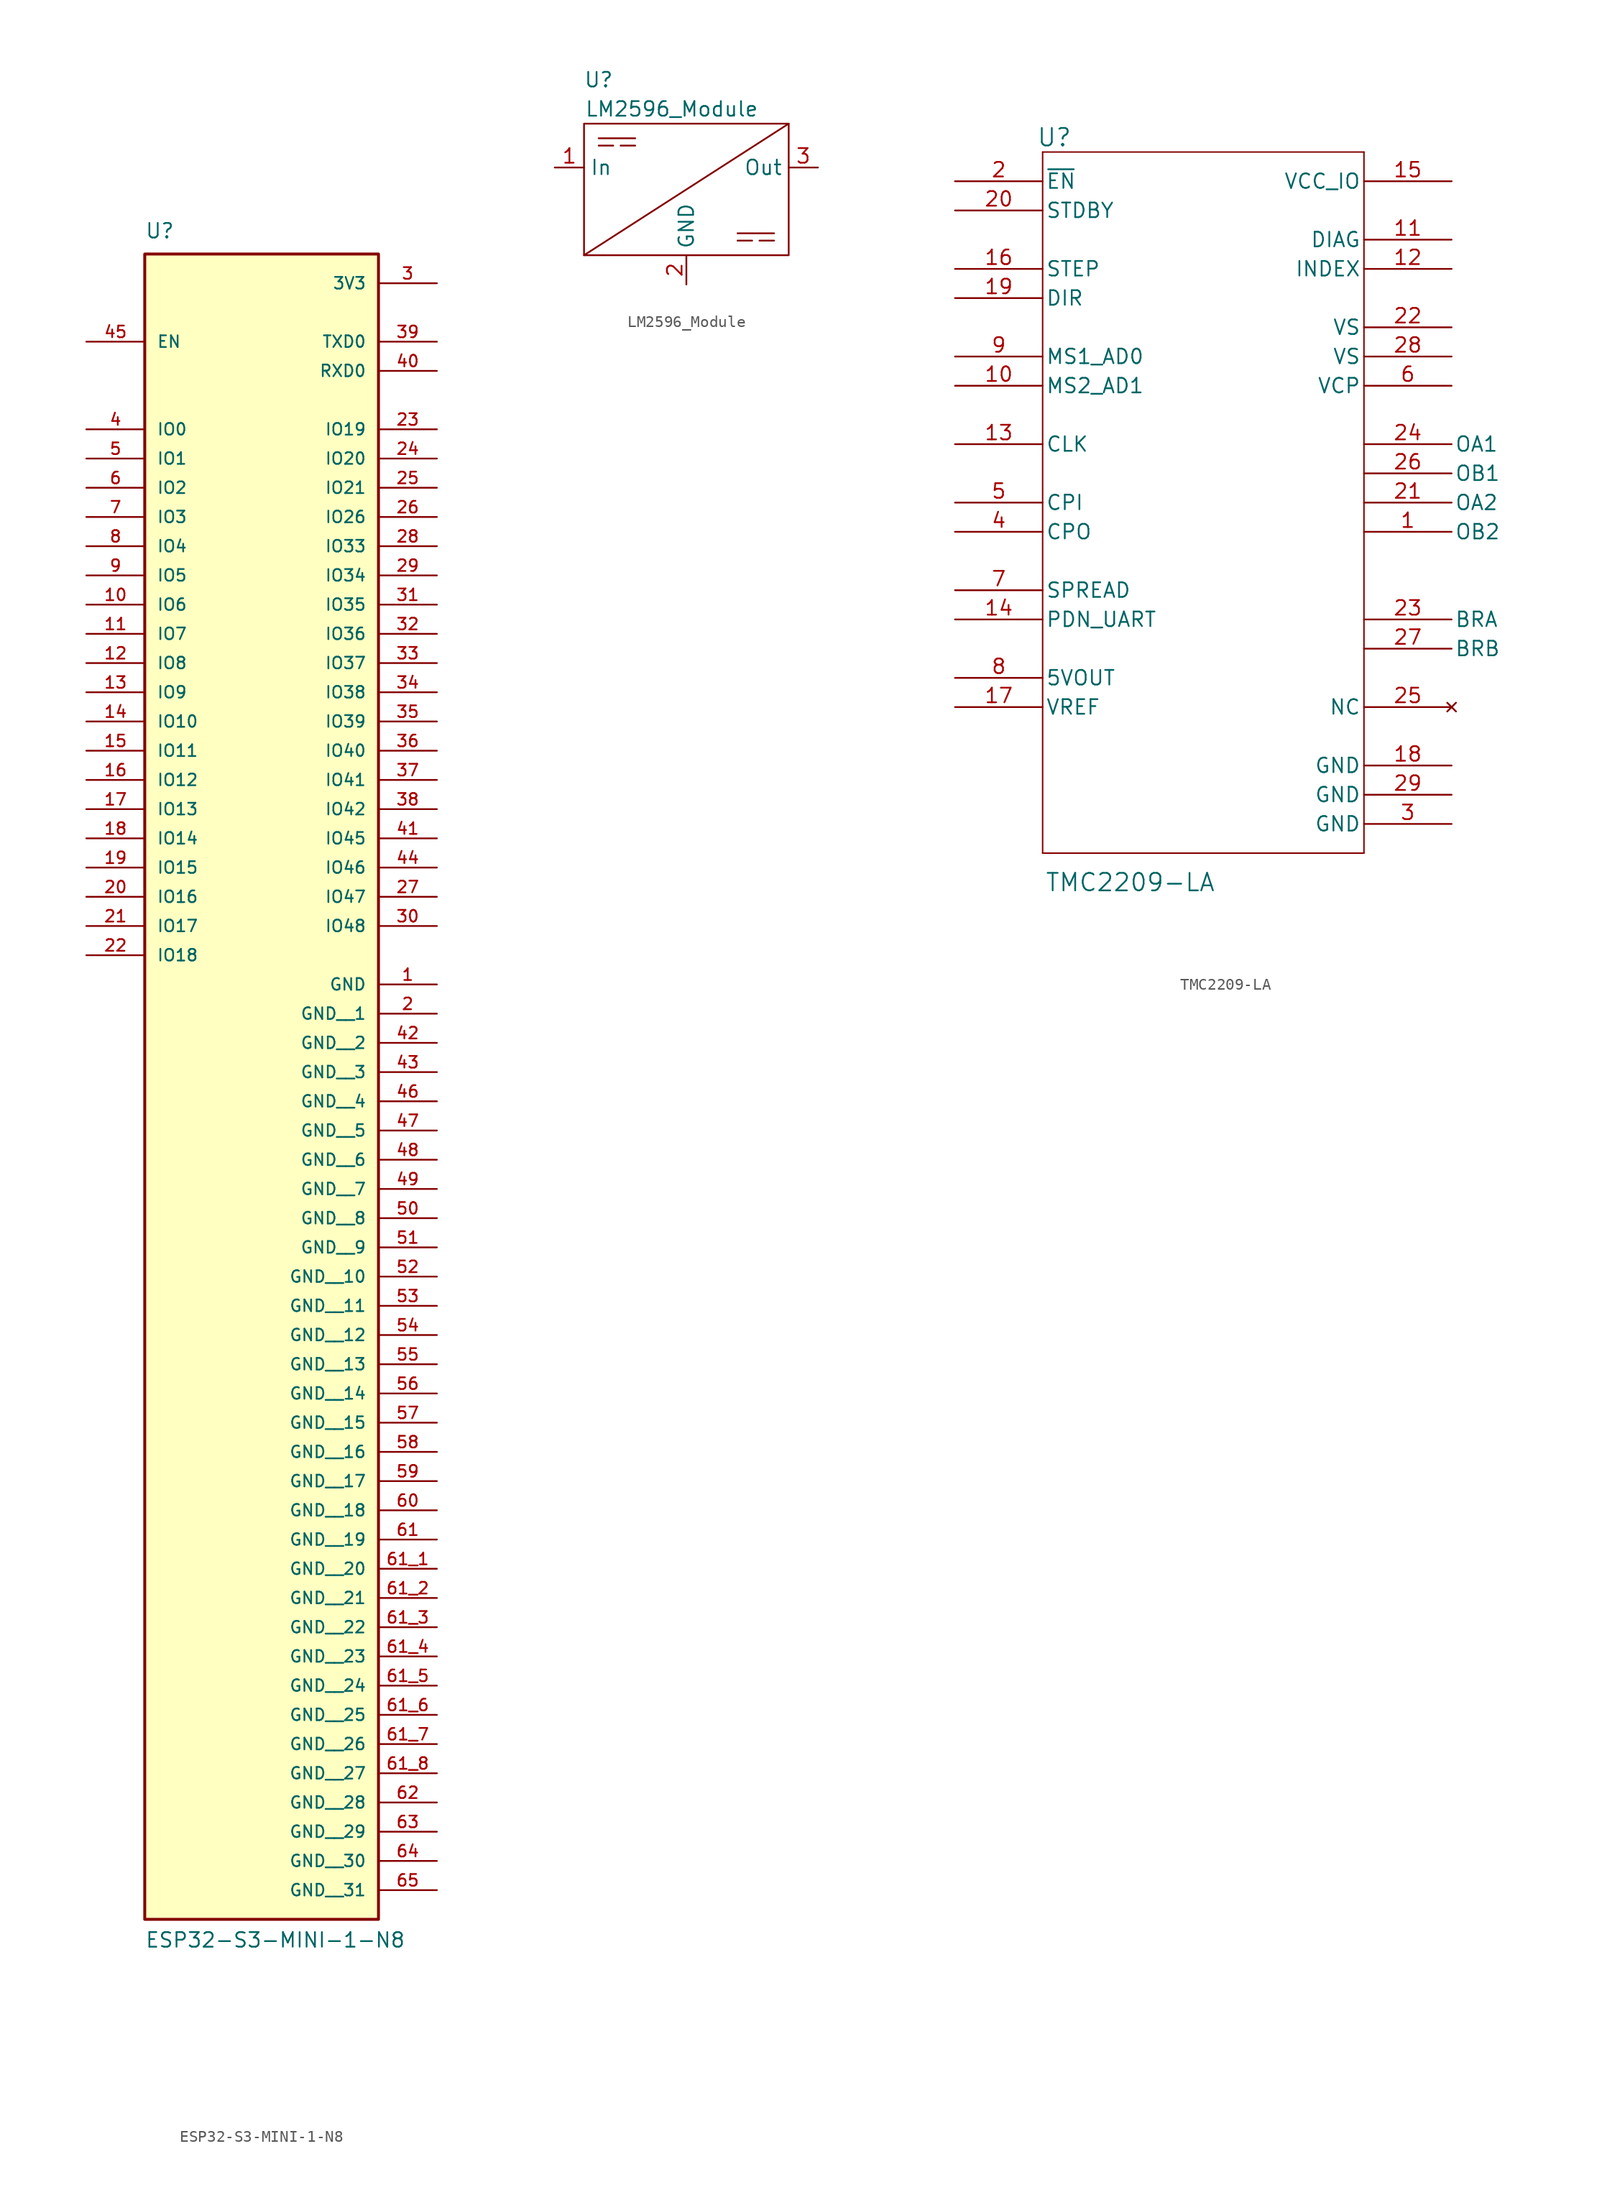
<source format=kicad_sym>
(kicad_symbol_lib
  (version 20220914)
  (generator kicad_symbol_editor)
  (symbol "ESP32-S3-MINI-1-N8"
    (pin_names
      (offset 1.016))
    (property "Reference" "U"
      (at -10.16 34.29 0)
      (effects (font (size 1.27 1.27)) (justify left bottom)))
    (property "Value" "ESP32-S3-MINI-1-N8"
      (at -10.16 -114.3 0)
      (effects (font (size 1.27 1.27)) (justify left bottom)))
    (symbol "ESP32-S3-MINI-1-N8_0_0"
      (rectangle (start -10.16 -111.76) (end 10.16 33.02) (stroke (width 0.254) (type default)) (fill (type background)))
      (pin power_in line (at 15.24 -30.48 180) (length 5.08) (name "GND" (effects (font (size 1.016 1.016)))) (number "1" (effects (font (size 1.016 1.016)))))
      (pin bidirectional line (at -15.24 2.54 0) (length 5.08) (name "IO6" (effects (font (size 1.016 1.016)))) (number "10" (effects (font (size 1.016 1.016)))))
      (pin bidirectional line (at -15.24 0 0) (length 5.08) (name "IO7" (effects (font (size 1.016 1.016)))) (number "11" (effects (font (size 1.016 1.016)))))
      (pin bidirectional line (at -15.24 -2.54 0) (length 5.08) (name "IO8" (effects (font (size 1.016 1.016)))) (number "12" (effects (font (size 1.016 1.016)))))
      (pin bidirectional line (at -15.24 -5.08 0) (length 5.08) (name "IO9" (effects (font (size 1.016 1.016)))) (number "13" (effects (font (size 1.016 1.016)))))
      (pin bidirectional line (at -15.24 -7.62 0) (length 5.08) (name "IO10" (effects (font (size 1.016 1.016)))) (number "14" (effects (font (size 1.016 1.016)))))
      (pin bidirectional line (at -15.24 -10.16 0) (length 5.08) (name "IO11" (effects (font (size 1.016 1.016)))) (number "15" (effects (font (size 1.016 1.016)))))
      (pin bidirectional line (at -15.24 -12.7 0) (length 5.08) (name "IO12" (effects (font (size 1.016 1.016)))) (number "16" (effects (font (size 1.016 1.016)))))
      (pin bidirectional line (at -15.24 -15.24 0) (length 5.08) (name "IO13" (effects (font (size 1.016 1.016)))) (number "17" (effects (font (size 1.016 1.016)))))
      (pin bidirectional line (at -15.24 -17.78 0) (length 5.08) (name "IO14" (effects (font (size 1.016 1.016)))) (number "18" (effects (font (size 1.016 1.016)))))
      (pin bidirectional line (at -15.24 -20.32 0) (length 5.08) (name "IO15" (effects (font (size 1.016 1.016)))) (number "19" (effects (font (size 1.016 1.016)))))
      (pin power_in line (at 15.24 -33.02 180) (length 5.08) (name "GND__1" (effects (font (size 1.016 1.016)))) (number "2" (effects (font (size 1.016 1.016)))))
      (pin bidirectional line (at -15.24 -22.86 0) (length 5.08) (name "IO16" (effects (font (size 1.016 1.016)))) (number "20" (effects (font (size 1.016 1.016)))))
      (pin bidirectional line (at -15.24 -25.4 0) (length 5.08) (name "IO17" (effects (font (size 1.016 1.016)))) (number "21" (effects (font (size 1.016 1.016)))))
      (pin bidirectional line (at -15.24 -27.94 0) (length 5.08) (name "IO18" (effects (font (size 1.016 1.016)))) (number "22" (effects (font (size 1.016 1.016)))))
      (pin bidirectional line (at 15.24 17.78 180) (length 5.08) (name "IO19" (effects (font (size 1.016 1.016)))) (number "23" (effects (font (size 1.016 1.016)))))
      (pin bidirectional line (at 15.24 15.24 180) (length 5.08) (name "IO20" (effects (font (size 1.016 1.016)))) (number "24" (effects (font (size 1.016 1.016)))))
      (pin bidirectional line (at 15.24 12.7 180) (length 5.08) (name "IO21" (effects (font (size 1.016 1.016)))) (number "25" (effects (font (size 1.016 1.016)))))
      (pin bidirectional line (at 15.24 10.16 180) (length 5.08) (name "IO26" (effects (font (size 1.016 1.016)))) (number "26" (effects (font (size 1.016 1.016)))))
      (pin bidirectional line (at 15.24 -22.86 180) (length 5.08) (name "IO47" (effects (font (size 1.016 1.016)))) (number "27" (effects (font (size 1.016 1.016)))))
      (pin bidirectional line (at 15.24 7.62 180) (length 5.08) (name "IO33" (effects (font (size 1.016 1.016)))) (number "28" (effects (font (size 1.016 1.016)))))
      (pin bidirectional line (at 15.24 5.08 180) (length 5.08) (name "IO34" (effects (font (size 1.016 1.016)))) (number "29" (effects (font (size 1.016 1.016)))))
      (pin power_in line (at 15.24 30.48 180) (length 5.08) (name "3V3" (effects (font (size 1.016 1.016)))) (number "3" (effects (font (size 1.016 1.016)))))
      (pin bidirectional line (at 15.24 -25.4 180) (length 5.08) (name "IO48" (effects (font (size 1.016 1.016)))) (number "30" (effects (font (size 1.016 1.016)))))
      (pin bidirectional line (at 15.24 2.54 180) (length 5.08) (name "IO35" (effects (font (size 1.016 1.016)))) (number "31" (effects (font (size 1.016 1.016)))))
      (pin bidirectional line (at 15.24 0 180) (length 5.08) (name "IO36" (effects (font (size 1.016 1.016)))) (number "32" (effects (font (size 1.016 1.016)))))
      (pin bidirectional line (at 15.24 -2.54 180) (length 5.08) (name "IO37" (effects (font (size 1.016 1.016)))) (number "33" (effects (font (size 1.016 1.016)))))
      (pin bidirectional line (at 15.24 -5.08 180) (length 5.08) (name "IO38" (effects (font (size 1.016 1.016)))) (number "34" (effects (font (size 1.016 1.016)))))
      (pin bidirectional line (at 15.24 -7.62 180) (length 5.08) (name "IO39" (effects (font (size 1.016 1.016)))) (number "35" (effects (font (size 1.016 1.016)))))
      (pin bidirectional line (at 15.24 -10.16 180) (length 5.08) (name "IO40" (effects (font (size 1.016 1.016)))) (number "36" (effects (font (size 1.016 1.016)))))
      (pin bidirectional line (at 15.24 -12.7 180) (length 5.08) (name "IO41" (effects (font (size 1.016 1.016)))) (number "37" (effects (font (size 1.016 1.016)))))
      (pin bidirectional line (at 15.24 -15.24 180) (length 5.08) (name "IO42" (effects (font (size 1.016 1.016)))) (number "38" (effects (font (size 1.016 1.016)))))
      (pin bidirectional line (at 15.24 25.4 180) (length 5.08) (name "TXD0" (effects (font (size 1.016 1.016)))) (number "39" (effects (font (size 1.016 1.016)))))
      (pin bidirectional line (at -15.24 17.78 0) (length 5.08) (name "IO0" (effects (font (size 1.016 1.016)))) (number "4" (effects (font (size 1.016 1.016)))))
      (pin bidirectional line (at 15.24 22.86 180) (length 5.08) (name "RXD0" (effects (font (size 1.016 1.016)))) (number "40" (effects (font (size 1.016 1.016)))))
      (pin bidirectional line (at 15.24 -17.78 180) (length 5.08) (name "IO45" (effects (font (size 1.016 1.016)))) (number "41" (effects (font (size 1.016 1.016)))))
      (pin power_in line (at 15.24 -35.56 180) (length 5.08) (name "GND__2" (effects (font (size 1.016 1.016)))) (number "42" (effects (font (size 1.016 1.016)))))
      (pin power_in line (at 15.24 -38.1 180) (length 5.08) (name "GND__3" (effects (font (size 1.016 1.016)))) (number "43" (effects (font (size 1.016 1.016)))))
      (pin bidirectional line (at 15.24 -20.32 180) (length 5.08) (name "IO46" (effects (font (size 1.016 1.016)))) (number "44" (effects (font (size 1.016 1.016)))))
      (pin input line (at -15.24 25.4 0) (length 5.08) (name "EN" (effects (font (size 1.016 1.016)))) (number "45" (effects (font (size 1.016 1.016)))))
      (pin power_in line (at 15.24 -40.64 180) (length 5.08) (name "GND__4" (effects (font (size 1.016 1.016)))) (number "46" (effects (font (size 1.016 1.016)))))
      (pin power_in line (at 15.24 -43.18 180) (length 5.08) (name "GND__5" (effects (font (size 1.016 1.016)))) (number "47" (effects (font (size 1.016 1.016)))))
      (pin power_in line (at 15.24 -45.72 180) (length 5.08) (name "GND__6" (effects (font (size 1.016 1.016)))) (number "48" (effects (font (size 1.016 1.016)))))
      (pin power_in line (at 15.24 -48.26 180) (length 5.08) (name "GND__7" (effects (font (size 1.016 1.016)))) (number "49" (effects (font (size 1.016 1.016)))))
      (pin bidirectional line (at -15.24 15.24 0) (length 5.08) (name "IO1" (effects (font (size 1.016 1.016)))) (number "5" (effects (font (size 1.016 1.016)))))
      (pin power_in line (at 15.24 -50.8 180) (length 5.08) (name "GND__8" (effects (font (size 1.016 1.016)))) (number "50" (effects (font (size 1.016 1.016)))))
      (pin power_in line (at 15.24 -53.34 180) (length 5.08) (name "GND__9" (effects (font (size 1.016 1.016)))) (number "51" (effects (font (size 1.016 1.016)))))
      (pin power_in line (at 15.24 -55.88 180) (length 5.08) (name "GND__10" (effects (font (size 1.016 1.016)))) (number "52" (effects (font (size 1.016 1.016)))))
      (pin power_in line (at 15.24 -58.42 180) (length 5.08) (name "GND__11" (effects (font (size 1.016 1.016)))) (number "53" (effects (font (size 1.016 1.016)))))
      (pin power_in line (at 15.24 -60.96 180) (length 5.08) (name "GND__12" (effects (font (size 1.016 1.016)))) (number "54" (effects (font (size 1.016 1.016)))))
      (pin power_in line (at 15.24 -63.5 180) (length 5.08) (name "GND__13" (effects (font (size 1.016 1.016)))) (number "55" (effects (font (size 1.016 1.016)))))
      (pin power_in line (at 15.24 -66.04 180) (length 5.08) (name "GND__14" (effects (font (size 1.016 1.016)))) (number "56" (effects (font (size 1.016 1.016)))))
      (pin power_in line (at 15.24 -68.58 180) (length 5.08) (name "GND__15" (effects (font (size 1.016 1.016)))) (number "57" (effects (font (size 1.016 1.016)))))
      (pin power_in line (at 15.24 -71.12 180) (length 5.08) (name "GND__16" (effects (font (size 1.016 1.016)))) (number "58" (effects (font (size 1.016 1.016)))))
      (pin power_in line (at 15.24 -73.66 180) (length 5.08) (name "GND__17" (effects (font (size 1.016 1.016)))) (number "59" (effects (font (size 1.016 1.016)))))
      (pin bidirectional line (at -15.24 12.7 0) (length 5.08) (name "IO2" (effects (font (size 1.016 1.016)))) (number "6" (effects (font (size 1.016 1.016)))))
      (pin power_in line (at 15.24 -76.2 180) (length 5.08) (name "GND__18" (effects (font (size 1.016 1.016)))) (number "60" (effects (font (size 1.016 1.016)))))
      (pin power_in line (at 15.24 -78.74 180) (length 5.08) (name "GND__19" (effects (font (size 1.016 1.016)))) (number "61" (effects (font (size 1.016 1.016)))))
      (pin power_in line (at 15.24 -81.28 180) (length 5.08) (name "GND__20" (effects (font (size 1.016 1.016)))) (number "61_1" (effects (font (size 1.016 1.016)))))
      (pin power_in line (at 15.24 -83.82 180) (length 5.08) (name "GND__21" (effects (font (size 1.016 1.016)))) (number "61_2" (effects (font (size 1.016 1.016)))))
      (pin power_in line (at 15.24 -86.36 180) (length 5.08) (name "GND__22" (effects (font (size 1.016 1.016)))) (number "61_3" (effects (font (size 1.016 1.016)))))
      (pin power_in line (at 15.24 -88.9 180) (length 5.08) (name "GND__23" (effects (font (size 1.016 1.016)))) (number "61_4" (effects (font (size 1.016 1.016)))))
      (pin power_in line (at 15.24 -91.44 180) (length 5.08) (name "GND__24" (effects (font (size 1.016 1.016)))) (number "61_5" (effects (font (size 1.016 1.016)))))
      (pin power_in line (at 15.24 -93.98 180) (length 5.08) (name "GND__25" (effects (font (size 1.016 1.016)))) (number "61_6" (effects (font (size 1.016 1.016)))))
      (pin power_in line (at 15.24 -96.52 180) (length 5.08) (name "GND__26" (effects (font (size 1.016 1.016)))) (number "61_7" (effects (font (size 1.016 1.016)))))
      (pin power_in line (at 15.24 -99.06 180) (length 5.08) (name "GND__27" (effects (font (size 1.016 1.016)))) (number "61_8" (effects (font (size 1.016 1.016)))))
      (pin power_in line (at 15.24 -101.6 180) (length 5.08) (name "GND__28" (effects (font (size 1.016 1.016)))) (number "62" (effects (font (size 1.016 1.016)))))
      (pin power_in line (at 15.24 -104.14 180) (length 5.08) (name "GND__29" (effects (font (size 1.016 1.016)))) (number "63" (effects (font (size 1.016 1.016)))))
      (pin power_in line (at 15.24 -106.68 180) (length 5.08) (name "GND__30" (effects (font (size 1.016 1.016)))) (number "64" (effects (font (size 1.016 1.016)))))
      (pin power_in line (at 15.24 -109.22 180) (length 5.08) (name "GND__31" (effects (font (size 1.016 1.016)))) (number "65" (effects (font (size 1.016 1.016)))))
      (pin bidirectional line (at -15.24 10.16 0) (length 5.08) (name "IO3" (effects (font (size 1.016 1.016)))) (number "7" (effects (font (size 1.016 1.016)))))
      (pin bidirectional line (at -15.24 7.62 0) (length 5.08) (name "IO4" (effects (font (size 1.016 1.016)))) (number "8" (effects (font (size 1.016 1.016)))))
      (pin bidirectional line (at -15.24 5.08 0) (length 5.08) (name "IO5" (effects (font (size 1.016 1.016)))) (number "9" (effects (font (size 1.016 1.016)))))))
  (symbol "LM2596_Module"
    (property "Reference" "U"
      (at -2.54 2.54 0)
      (effects (font (size 1.27 1.27))))
    (property "Value" "LM2596_Module"
      (at 3.81 0 0)
      (effects (font (size 1.27 1.27))))
    (symbol "LM2596_Module_0_1"
      (rectangle (start -3.81 -1.27) (end 13.97 -12.7) (stroke (width 0) (type default)) (fill (type none)))
      (polyline (pts (xy -2.54 -3.175) (xy -1.27 -3.175)) (stroke (width 0) (type default)) (fill (type none)))
      (polyline (pts (xy -2.54 -2.54) (xy 0.635 -2.54)) (stroke (width 0) (type default)) (fill (type none)))
      (polyline (pts (xy -0.635 -3.175) (xy 0.635 -3.175)) (stroke (width 0) (type default)) (fill (type none)))
      (polyline (pts (xy 9.525 -11.43) (xy 10.795 -11.43)) (stroke (width 0) (type default)) (fill (type none)))
      (polyline (pts (xy 9.525 -10.795) (xy 12.7 -10.795)) (stroke (width 0) (type default)) (fill (type none)))
      (polyline (pts (xy 11.43 -11.43) (xy 12.7 -11.43)) (stroke (width 0) (type default)) (fill (type none)))
      (polyline (pts (xy 13.97 -1.27) (xy -3.81 -12.7)) (stroke (width 0) (type default)) (fill (type none))))
    (symbol "LM2596_Module_1_1"
      (pin passive line (at -6.35 -5.08 0) (length 2.54) (name "In" (effects (font (size 1.27 1.27)))) (number "1" (effects (font (size 1.27 1.27)))))
      (pin passive line (at 5.08 -15.24 90) (length 2.54) (name "GND" (effects (font (size 1.27 1.27)))) (number "2" (effects (font (size 1.27 1.27)))))
      (pin passive line (at 16.51 -5.08 180) (length 2.54) (name "Out" (effects (font (size 1.27 1.27)))) (number "3" (effects (font (size 1.27 1.27)))))))
  (symbol "TMC2209-LA"
    (pin_names
      (offset 0.254))
    (property "Reference" "U"
      (at -14.224 31.75 0)
      (effects (font (size 1.524 1.524))))
    (property "Value" "TMC2209-LA"
      (at -7.62 -33.02 0)
      (effects (font (size 1.524 1.524))))
    (property "ki_locked" ""
      (at 0 0 0)
      (effects (font (size 1.27 1.27))))
    (symbol "TMC2209-LA_0_1"
      (polyline (pts (xy -15.24 -30.48) (xy 12.7 -30.48)) (stroke (width 0.127) (type default)) (fill (type none)))
      (polyline (pts (xy -15.24 30.48) (xy -15.24 -30.48)) (stroke (width 0.127) (type default)) (fill (type none)))
      (polyline (pts (xy 12.7 -30.48) (xy 12.7 30.48)) (stroke (width 0.127) (type default)) (fill (type none)))
      (polyline (pts (xy 12.7 30.48) (xy -15.24 30.48)) (stroke (width 0.127) (type default)) (fill (type none)))
      (pin output line (at 12.7 -2.54 0) (length 7.62) (name "OB2" (effects (font (size 1.27 1.27)))) (number "1" (effects (font (size 1.27 1.27)))))
      (pin input line (at -22.86 10.16 0) (length 7.62) (name "MS2_AD1" (effects (font (size 1.27 1.27)))) (number "10" (effects (font (size 1.27 1.27)))))
      (pin output line (at 20.32 22.86 180) (length 7.62) (name "DIAG" (effects (font (size 1.27 1.27)))) (number "11" (effects (font (size 1.27 1.27)))))
      (pin output line (at 20.32 20.32 180) (length 7.62) (name "INDEX" (effects (font (size 1.27 1.27)))) (number "12" (effects (font (size 1.27 1.27)))))
      (pin input line (at -22.86 5.08 0) (length 7.62) (name "CLK" (effects (font (size 1.27 1.27)))) (number "13" (effects (font (size 1.27 1.27)))))
      (pin bidirectional line (at -22.86 -10.16 0) (length 7.62) (name "PDN_UART" (effects (font (size 1.27 1.27)))) (number "14" (effects (font (size 1.27 1.27)))))
      (pin power_in line (at 20.32 27.94 180) (length 7.62) (name "VCC_IO" (effects (font (size 1.27 1.27)))) (number "15" (effects (font (size 1.27 1.27)))))
      (pin input line (at -22.86 20.32 0) (length 7.62) (name "STEP" (effects (font (size 1.27 1.27)))) (number "16" (effects (font (size 1.27 1.27)))))
      (pin input line (at -22.86 17.78 0) (length 7.62) (name "DIR" (effects (font (size 1.27 1.27)))) (number "19" (effects (font (size 1.27 1.27)))))
      (pin power_in line (at -22.86 25.4 0) (length 7.62) (name "STDBY" (effects (font (size 1.27 1.27)))) (number "20" (effects (font (size 1.27 1.27)))))
      (pin output line (at 12.7 0 0) (length 7.62) (name "OA2" (effects (font (size 1.27 1.27)))) (number "21" (effects (font (size 1.27 1.27)))))
      (pin power_in line (at 20.32 15.24 180) (length 7.62) (name "VS" (effects (font (size 1.27 1.27)))) (number "22" (effects (font (size 1.27 1.27)))))
      (pin unspecified line (at 12.7 -10.16 0) (length 7.62) (name "BRA" (effects (font (size 1.27 1.27)))) (number "23" (effects (font (size 1.27 1.27)))))
      (pin output line (at 12.7 5.08 0) (length 7.62) (name "OA1" (effects (font (size 1.27 1.27)))) (number "24" (effects (font (size 1.27 1.27)))))
      (pin no_connect line (at 20.32 -17.78 180) (length 7.62) (name "NC" (effects (font (size 1.27 1.27)))) (number "25" (effects (font (size 1.27 1.27)))))
      (pin output line (at 12.7 2.54 0) (length 7.62) (name "OB1" (effects (font (size 1.27 1.27)))) (number "26" (effects (font (size 1.27 1.27)))))
      (pin unspecified line (at 12.7 -12.7 0) (length 7.62) (name "BRB" (effects (font (size 1.27 1.27)))) (number "27" (effects (font (size 1.27 1.27)))))
      (pin power_in line (at 20.32 12.7 180) (length 7.62) (name "VS" (effects (font (size 1.27 1.27)))) (number "28" (effects (font (size 1.27 1.27)))))
      (pin output line (at -22.86 -2.54 0) (length 7.62) (name "CPO" (effects (font (size 1.27 1.27)))) (number "4" (effects (font (size 1.27 1.27)))))
      (pin input line (at -22.86 0 0) (length 7.62) (name "CPI" (effects (font (size 1.27 1.27)))) (number "5" (effects (font (size 1.27 1.27)))))
      (pin power_in line (at 20.32 10.16 180) (length 7.62) (name "VCP" (effects (font (size 1.27 1.27)))) (number "6" (effects (font (size 1.27 1.27)))))
      (pin input line (at -22.86 -7.62 0) (length 7.62) (name "SPREAD" (effects (font (size 1.27 1.27)))) (number "7" (effects (font (size 1.27 1.27)))))
      (pin output line (at -22.86 -15.24 0) (length 7.62) (name "5VOUT" (effects (font (size 1.27 1.27)))) (number "8" (effects (font (size 1.27 1.27)))))
      (pin input line (at -22.86 12.7 0) (length 7.62) (name "MS1_AD0" (effects (font (size 1.27 1.27)))) (number "9" (effects (font (size 1.27 1.27))))))
    (symbol "TMC2209-LA_1_1"
      (pin input line (at -22.86 -17.78 0) (length 7.62) (name "VREF" (effects (font (size 1.27 1.27)))) (number "17" (effects (font (size 1.27 1.27)))))
      (pin power_in line (at 20.32 -22.86 180) (length 7.62) (name "GND" (effects (font (size 1.27 1.27)))) (number "18" (effects (font (size 1.27 1.27)))))
      (pin input line (at -22.86 27.94 0) (length 7.62) (name "~{EN}" (effects (font (size 1.27 1.27)))) (number "2" (effects (font (size 1.27 1.27)))))
      (pin power_in line (at 20.32 -25.4 180) (length 7.62) (name "GND" (effects (font (size 1.27 1.27)))) (number "29" (effects (font (size 1.27 1.27)))))
      (pin power_in line (at 20.32 -27.94 180) (length 7.62) (name "GND" (effects (font (size 1.27 1.27)))) (number "3" (effects (font (size 1.27 1.27))))))))
</source>
